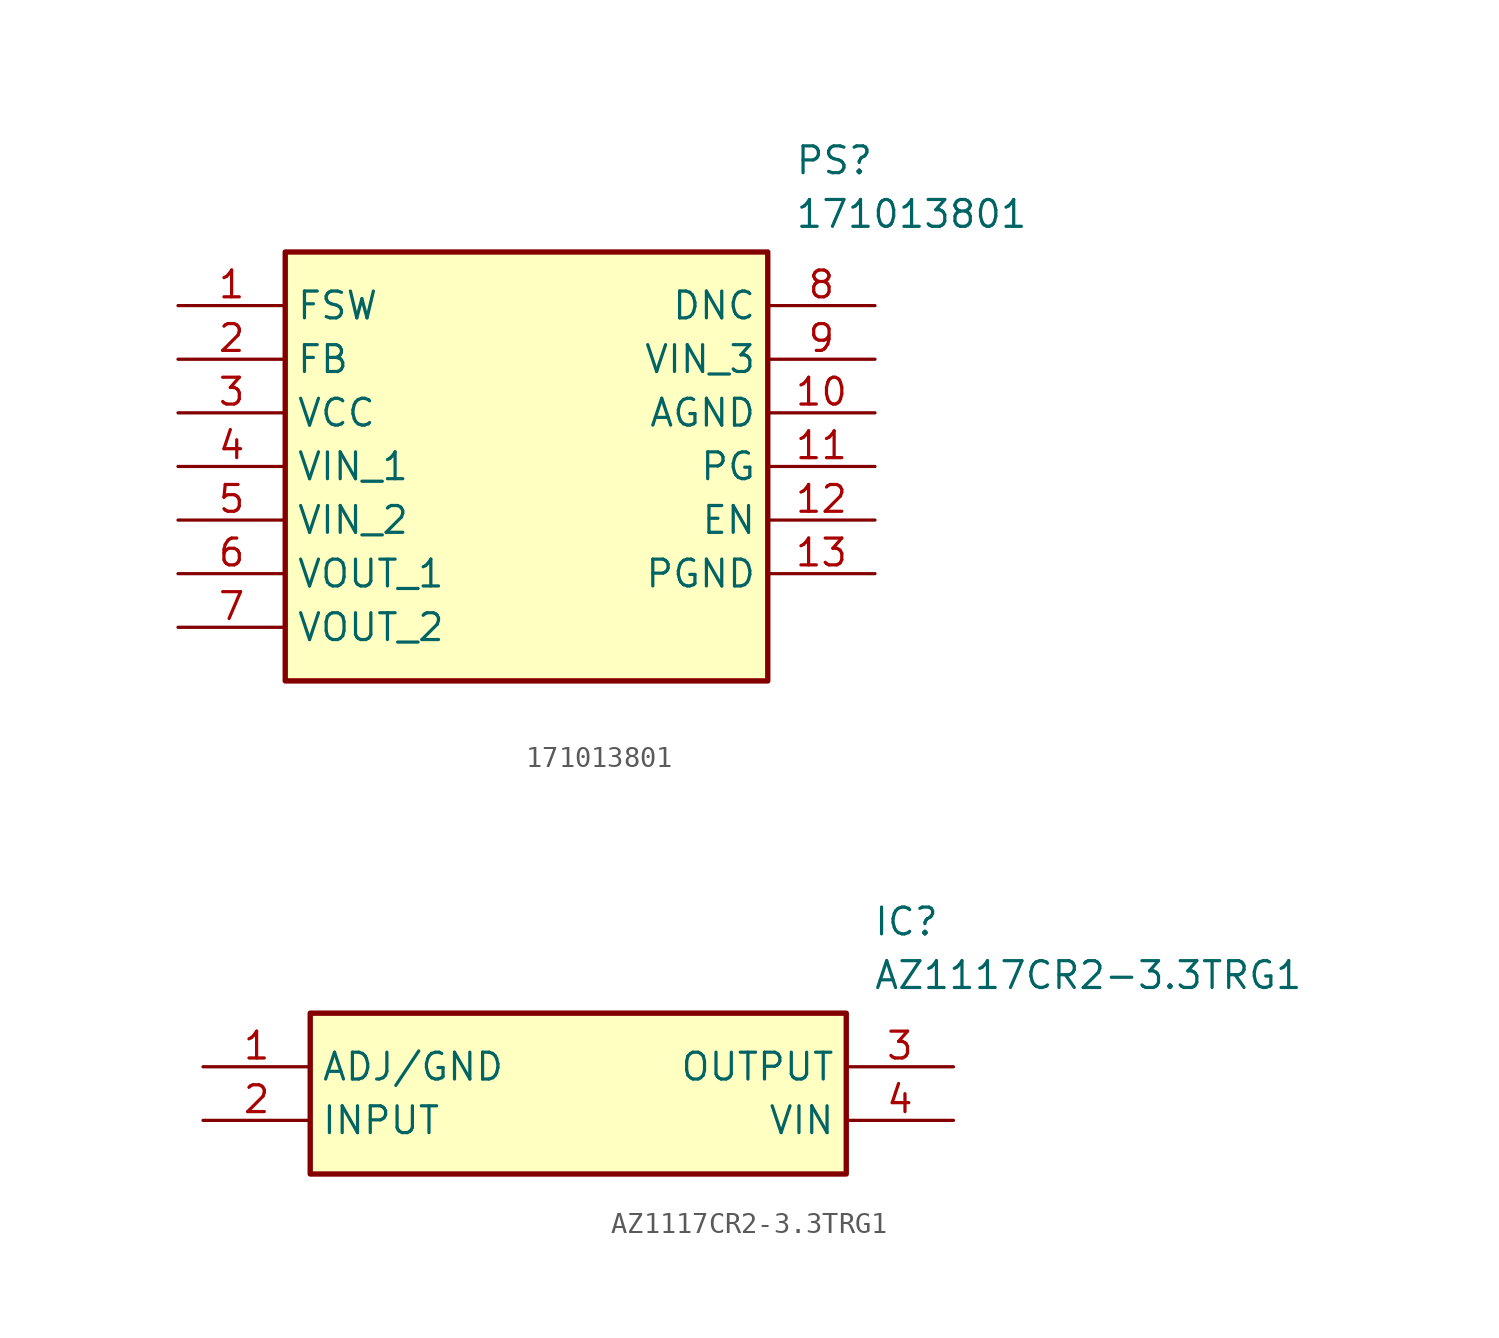
<source format=kicad_sym>
(kicad_symbol_lib
  (version 20220914)
  (generator SamacSys_ECAD_Model)
  (symbol "171013801"
    (property "Reference" "PS"
      (at 29.21 7.62 0)
      (effects (font (size 1.27 1.27)) (justify left top)))
    (property "Value" "171013801"
      (at 29.21 5.08 0)
      (effects (font (size 1.27 1.27)) (justify left top)))
    (rectangle
      (start 5.08 2.54)
      (end 27.94 -17.78)
      (stroke (width 0.254) (type default))
      (fill (type background)))
    (pin passive line
      (at 0 0 0)
      (length 5.08)
      (name "FSW" (effects (font (size 1.27 1.27))))
      (number "1" (effects (font (size 1.27 1.27)))))
    (pin passive line
      (at 0 -2.54 0)
      (length 5.08)
      (name "FB" (effects (font (size 1.27 1.27))))
      (number "2" (effects (font (size 1.27 1.27)))))
    (pin passive line
      (at 0 -5.08 0)
      (length 5.08)
      (name "VCC" (effects (font (size 1.27 1.27))))
      (number "3" (effects (font (size 1.27 1.27)))))
    (pin passive line
      (at 0 -7.62 0)
      (length 5.08)
      (name "VIN_1" (effects (font (size 1.27 1.27))))
      (number "4" (effects (font (size 1.27 1.27)))))
    (pin passive line
      (at 0 -10.16 0)
      (length 5.08)
      (name "VIN_2" (effects (font (size 1.27 1.27))))
      (number "5" (effects (font (size 1.27 1.27)))))
    (pin passive line
      (at 0 -12.7 0)
      (length 5.08)
      (name "VOUT_1" (effects (font (size 1.27 1.27))))
      (number "6" (effects (font (size 1.27 1.27)))))
    (pin passive line
      (at 0 -15.24 0)
      (length 5.08)
      (name "VOUT_2" (effects (font (size 1.27 1.27))))
      (number "7" (effects (font (size 1.27 1.27)))))
    (pin passive line
      (at 33.02 0 180)
      (length 5.08)
      (name "DNC" (effects (font (size 1.27 1.27))))
      (number "8" (effects (font (size 1.27 1.27)))))
    (pin passive line
      (at 33.02 -2.54 180)
      (length 5.08)
      (name "VIN_3" (effects (font (size 1.27 1.27))))
      (number "9" (effects (font (size 1.27 1.27)))))
    (pin passive line
      (at 33.02 -5.08 180)
      (length 5.08)
      (name "AGND" (effects (font (size 1.27 1.27))))
      (number "10" (effects (font (size 1.27 1.27)))))
    (pin passive line
      (at 33.02 -7.62 180)
      (length 5.08)
      (name "PG" (effects (font (size 1.27 1.27))))
      (number "11" (effects (font (size 1.27 1.27)))))
    (pin passive line
      (at 33.02 -10.16 180)
      (length 5.08)
      (name "EN" (effects (font (size 1.27 1.27))))
      (number "12" (effects (font (size 1.27 1.27)))))
    (pin passive line
      (at 33.02 -12.7 180)
      (length 5.08)
      (name "PGND" (effects (font (size 1.27 1.27))))
      (number "13" (effects (font (size 1.27 1.27))))))
  (symbol "AZ1117CR2-3.3TRG1"
    (property "Reference" "IC"
      (at 31.75 7.62 0)
      (effects (font (size 1.27 1.27)) (justify left top)))
    (property "Value" "AZ1117CR2-3.3TRG1"
      (at 31.75 5.08 0)
      (effects (font (size 1.27 1.27)) (justify left top)))
    (rectangle
      (start 5.08 2.54)
      (end 30.48 -5.08)
      (stroke (width 0.254) (type default))
      (fill (type background)))
    (pin passive line
      (at 0 0 0)
      (length 5.08)
      (name "ADJ/GND" (effects (font (size 1.27 1.27))))
      (number "1" (effects (font (size 1.27 1.27)))))
    (pin passive line
      (at 0 -2.54 0)
      (length 5.08)
      (name "INPUT" (effects (font (size 1.27 1.27))))
      (number "2" (effects (font (size 1.27 1.27)))))
    (pin passive line
      (at 35.56 0 180)
      (length 5.08)
      (name "OUTPUT" (effects (font (size 1.27 1.27))))
      (number "3" (effects (font (size 1.27 1.27)))))
    (pin passive line
      (at 35.56 -2.54 180)
      (length 5.08)
      (name "VIN" (effects (font (size 1.27 1.27))))
      (number "4" (effects (font (size 1.27 1.27)))))))
</source>
